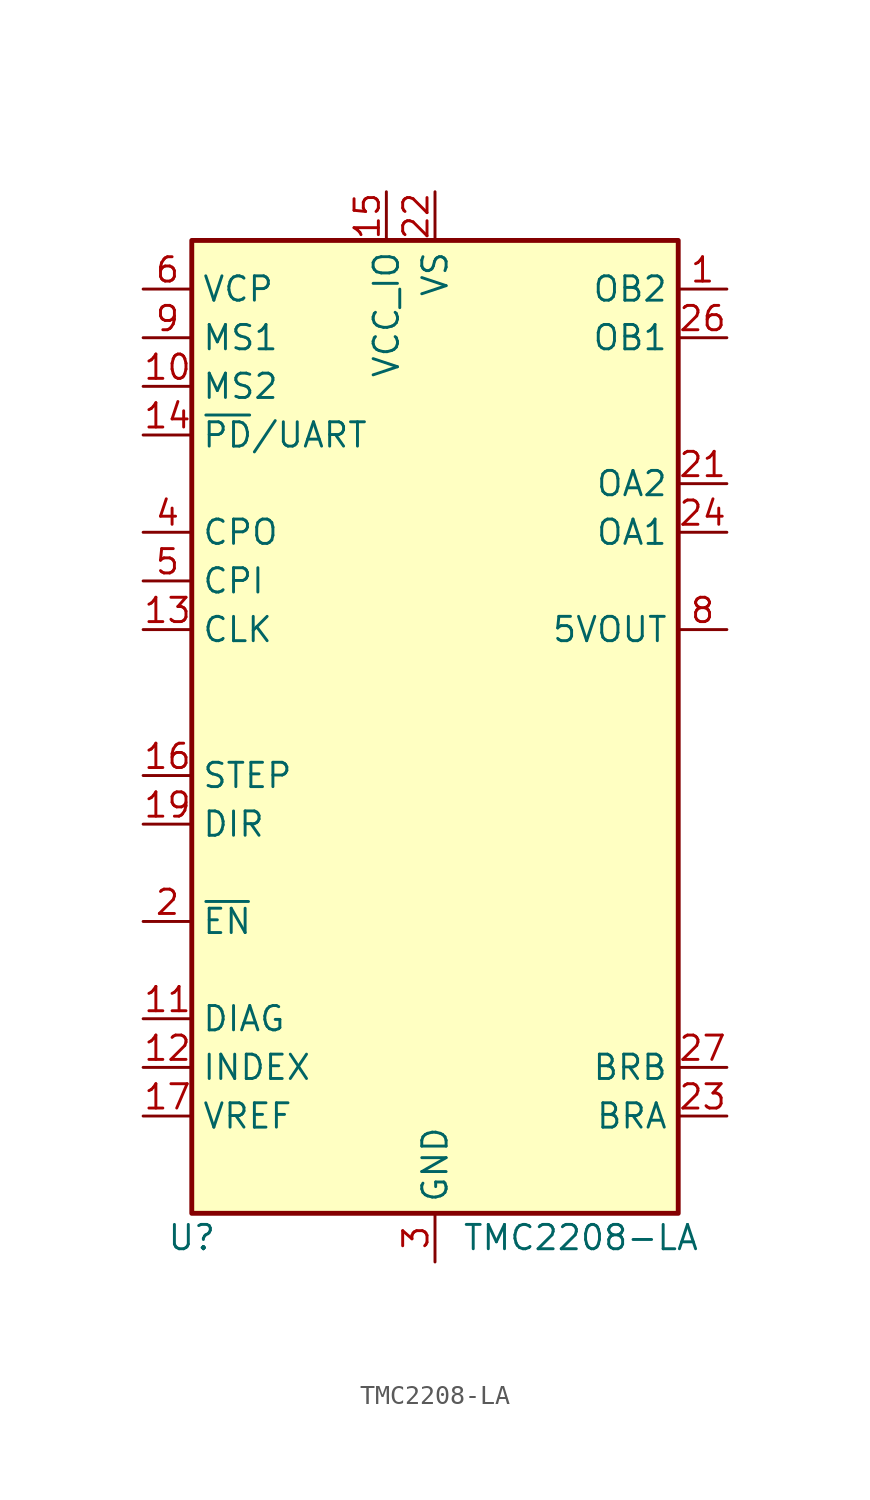
<source format=kicad_sym>
(kicad_symbol_lib
  (version 20241209)
  (generator "kicad_symbol_editor")
  (generator_version "9.0")
  (symbol "TMC2208-LA"
    (property "Reference" "U"
      (at -12.7 -26.67 0)
      (effects (font (size 1.27 1.27))))
    (property "Value" "TMC2208-LA"
      (at 7.62 -26.67 0)
      (effects (font (size 1.27 1.27))))
    (symbol "TMC2208-LA_1_1"
      (rectangle (start -12.7 25.4) (end 12.7 -25.4) (stroke (width 0.254) (type default)) (fill (type background)))
      (pin passive line (at -15.24 22.86 0) (length 2.54) (name "VCP" (effects (font (size 1.27 1.27)))) (number "6" (effects (font (size 1.27 1.27)))))
      (pin input line (at -15.24 20.32 0) (length 2.54) (name "MS1" (effects (font (size 1.27 1.27)))) (number "9" (effects (font (size 1.27 1.27)))))
      (pin input line (at -15.24 17.78 0) (length 2.54) (name "MS2" (effects (font (size 1.27 1.27)))) (number "10" (effects (font (size 1.27 1.27)))))
      (pin bidirectional line (at -15.24 15.24 0) (length 2.54) (name "~{PD}/UART" (effects (font (size 1.27 1.27)))) (number "14" (effects (font (size 1.27 1.27)))))
      (pin passive line (at -15.24 10.16 0) (length 2.54) (name "CPO" (effects (font (size 1.27 1.27)))) (number "4" (effects (font (size 1.27 1.27)))))
      (pin passive line (at -15.24 7.62 0) (length 2.54) (name "CPI" (effects (font (size 1.27 1.27)))) (number "5" (effects (font (size 1.27 1.27)))))
      (pin input line (at -15.24 5.08 0) (length 2.54) (name "CLK" (effects (font (size 1.27 1.27)))) (number "13" (effects (font (size 1.27 1.27)))))
      (pin input line (at -15.24 -2.54 0) (length 2.54) (name "STEP" (effects (font (size 1.27 1.27)))) (number "16" (effects (font (size 1.27 1.27)))))
      (pin input line (at -15.24 -5.08 0) (length 2.54) (name "DIR" (effects (font (size 1.27 1.27)))) (number "19" (effects (font (size 1.27 1.27)))))
      (pin input line (at -15.24 -10.16 0) (length 2.54) (name "~{EN}" (effects (font (size 1.27 1.27)))) (number "2" (effects (font (size 1.27 1.27)))))
      (pin output line (at -15.24 -15.24 0) (length 2.54) (name "DIAG" (effects (font (size 1.27 1.27)))) (number "11" (effects (font (size 1.27 1.27)))))
      (pin output line (at -15.24 -17.78 0) (length 2.54) (name "INDEX" (effects (font (size 1.27 1.27)))) (number "12" (effects (font (size 1.27 1.27)))))
      (pin input line (at -15.24 -20.32 0) (length 2.54) (name "VREF" (effects (font (size 1.27 1.27)))) (number "17" (effects (font (size 1.27 1.27)))))
      (pin power_in line (at -2.54 27.94 270) (length 2.54) (name "VCC_IO" (effects (font (size 1.27 1.27)))) (number "15" (effects (font (size 1.27 1.27)))))
      (pin power_in line (at 0 27.94 270) (length 2.54) (name "VS" (effects (font (size 1.27 1.27)))) (number "22" (effects (font (size 1.27 1.27)))))
      (pin passive line (at 0 27.94 270) (length 2.54) (hide yes) (name "VS" (effects (font (size 1.27 1.27)))) (number "28" (effects (font (size 1.27 1.27)))))
      (pin passive line (at 0 -27.94 90) (length 2.54) (hide yes) (name "GND" (effects (font (size 1.27 1.27)))) (number "18" (effects (font (size 1.27 1.27)))))
      (pin passive line (at 0 -27.94 90) (length 2.54) (hide yes) (name "GND" (effects (font (size 1.27 1.27)))) (number "29" (effects (font (size 1.27 1.27)))))
      (pin power_in line (at 0 -27.94 90) (length 2.54) (name "GND" (effects (font (size 1.27 1.27)))) (number "3" (effects (font (size 1.27 1.27)))))
      (pin no_connect line (at 12.7 0 180) (length 2.54) (hide yes) (name "NC" (effects (font (size 1.27 1.27)))) (number "25" (effects (font (size 1.27 1.27)))))
      (pin no_connect line (at 12.7 -2.54 180) (length 2.54) (hide yes) (name "NC" (effects (font (size 1.27 1.27)))) (number "20" (effects (font (size 1.27 1.27)))))
      (pin no_connect line (at 12.7 -5.08 180) (length 2.54) (hide yes) (name "NC" (effects (font (size 1.27 1.27)))) (number "7" (effects (font (size 1.27 1.27)))))
      (pin output line (at 15.24 22.86 180) (length 2.54) (name "OB2" (effects (font (size 1.27 1.27)))) (number "1" (effects (font (size 1.27 1.27)))))
      (pin output line (at 15.24 20.32 180) (length 2.54) (name "OB1" (effects (font (size 1.27 1.27)))) (number "26" (effects (font (size 1.27 1.27)))))
      (pin output line (at 15.24 12.7 180) (length 2.54) (name "OA2" (effects (font (size 1.27 1.27)))) (number "21" (effects (font (size 1.27 1.27)))))
      (pin output line (at 15.24 10.16 180) (length 2.54) (name "OA1" (effects (font (size 1.27 1.27)))) (number "24" (effects (font (size 1.27 1.27)))))
      (pin power_out line (at 15.24 5.08 180) (length 2.54) (name "5VOUT" (effects (font (size 1.27 1.27)))) (number "8" (effects (font (size 1.27 1.27)))))
      (pin passive line (at 15.24 -17.78 180) (length 2.54) (name "BRB" (effects (font (size 1.27 1.27)))) (number "27" (effects (font (size 1.27 1.27)))))
      (pin passive line (at 15.24 -20.32 180) (length 2.54) (name "BRA" (effects (font (size 1.27 1.27)))) (number "23" (effects (font (size 1.27 1.27))))))))
</source>
